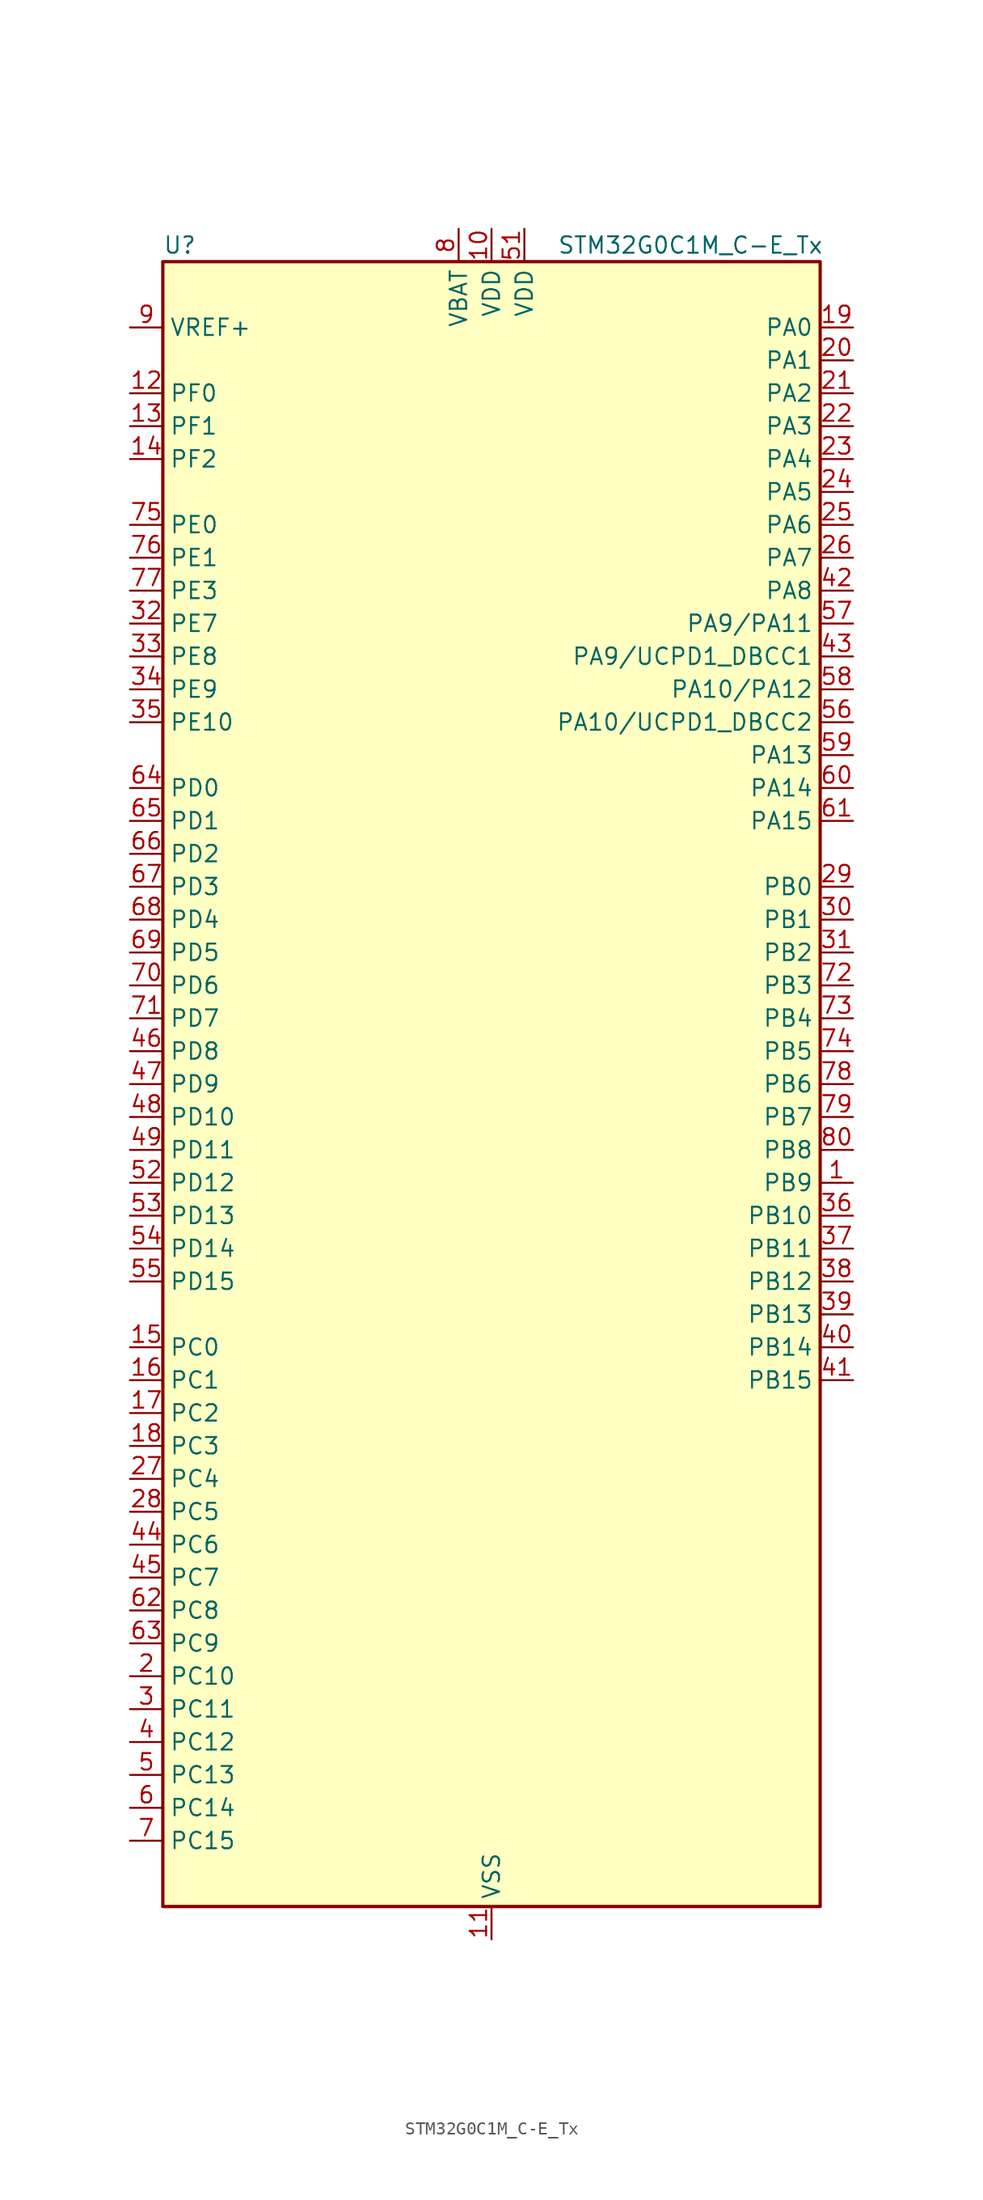
<source format=kicad_sym>
(kicad_symbol_lib
  (version 20241209)
  (generator "kicad_symbol_editor")
  (generator_version "9.0")
  (symbol "STM32G0C1M_C-E_Tx"
    (property "Reference" "U"
      (at -25.4 64.77 0)
      (effects (font (size 1.27 1.27)) (justify left)))
    (property "Value" "STM32G0C1M_C-E_Tx"
      (at 5.08 64.77 0)
      (effects (font (size 1.27 1.27)) (justify left)))
    (symbol "STM32G0C1M_C-E_Tx_0_1"
      (rectangle (start -25.4 -63.5) (end 25.4 63.5) (stroke (width 0.254) (type default)) (fill (type background))))
    (symbol "STM32G0C1M_C-E_Tx_1_1"
      (pin input line (at -27.94 58.42 0) (length 2.54) (name "VREF+" (effects (font (size 1.27 1.27)))) (number "9" (effects (font (size 1.27 1.27)))) (alternate "VREFBUF_OUT" bidirectional line))
      (pin bidirectional line (at -27.94 53.34 0) (length 2.54) (name "PF0" (effects (font (size 1.27 1.27)))) (number "12" (effects (font (size 1.27 1.27)))) (alternate "CRS1_SYNC" bidirectional line) (alternate "RCC_OSC_IN" bidirectional line) (alternate "TIM14_CH1" bidirectional line))
      (pin bidirectional line (at -27.94 50.8 0) (length 2.54) (name "PF1" (effects (font (size 1.27 1.27)))) (number "13" (effects (font (size 1.27 1.27)))) (alternate "RCC_OSC_EN" bidirectional line) (alternate "RCC_OSC_OUT" bidirectional line) (alternate "TIM15_CH1N" bidirectional line))
      (pin bidirectional line (at -27.94 48.26 0) (length 2.54) (name "PF2" (effects (font (size 1.27 1.27)))) (number "14" (effects (font (size 1.27 1.27)))) (alternate "LPUART2_DE" bidirectional line) (alternate "LPUART2_RTS" bidirectional line) (alternate "LPUART2_TX" bidirectional line) (alternate "RCC_MCO" bidirectional line))
      (pin bidirectional line (at -27.94 43.18 0) (length 2.54) (name "PE0" (effects (font (size 1.27 1.27)))) (number "75" (effects (font (size 1.27 1.27)))) (alternate "TIM16_CH1" bidirectional line) (alternate "TIM4_ETR" bidirectional line))
      (pin bidirectional line (at -27.94 40.64 0) (length 2.54) (name "PE1" (effects (font (size 1.27 1.27)))) (number "76" (effects (font (size 1.27 1.27)))) (alternate "TIM17_CH1" bidirectional line))
      (pin bidirectional line (at -27.94 38.1 0) (length 2.54) (name "PE3" (effects (font (size 1.27 1.27)))) (number "77" (effects (font (size 1.27 1.27)))) (alternate "TIM3_CH1" bidirectional line))
      (pin bidirectional line (at -27.94 35.56 0) (length 2.54) (name "PE7" (effects (font (size 1.27 1.27)))) (number "32" (effects (font (size 1.27 1.27)))) (alternate "COMP3_INP" bidirectional line) (alternate "TIM1_ETR" bidirectional line) (alternate "USART5_CK" bidirectional line) (alternate "USART5_DE" bidirectional line) (alternate "USART5_RTS" bidirectional line))
      (pin bidirectional line (at -27.94 33.02 0) (length 2.54) (name "PE8" (effects (font (size 1.27 1.27)))) (number "33" (effects (font (size 1.27 1.27)))) (alternate "COMP3_INM" bidirectional line) (alternate "TIM1_CH1N" bidirectional line) (alternate "USART4_TX" bidirectional line))
      (pin bidirectional line (at -27.94 30.48 0) (length 2.54) (name "PE9" (effects (font (size 1.27 1.27)))) (number "34" (effects (font (size 1.27 1.27)))) (alternate "DAC1_EXTI9" bidirectional line) (alternate "TIM1_CH1" bidirectional line) (alternate "USART4_RX" bidirectional line))
      (pin bidirectional line (at -27.94 27.94 0) (length 2.54) (name "PE10" (effects (font (size 1.27 1.27)))) (number "35" (effects (font (size 1.27 1.27)))) (alternate "TIM1_CH2N" bidirectional line) (alternate "USART5_TX" bidirectional line))
      (pin bidirectional line (at -27.94 22.86 0) (length 2.54) (name "PD0" (effects (font (size 1.27 1.27)))) (number "64" (effects (font (size 1.27 1.27)))) (alternate "FDCAN1_RX" bidirectional line) (alternate "I2S2_WS" bidirectional line) (alternate "SPI2_NSS" bidirectional line) (alternate "TIM16_CH1" bidirectional line) (alternate "UCPD2_CC1" bidirectional line))
      (pin bidirectional line (at -27.94 20.32 0) (length 2.54) (name "PD1" (effects (font (size 1.27 1.27)))) (number "65" (effects (font (size 1.27 1.27)))) (alternate "FDCAN1_TX" bidirectional line) (alternate "I2S2_CK" bidirectional line) (alternate "SPI2_SCK" bidirectional line) (alternate "TIM17_CH1" bidirectional line) (alternate "UCPD2_DBCC1" bidirectional line))
      (pin bidirectional line (at -27.94 17.78 0) (length 2.54) (name "PD2" (effects (font (size 1.27 1.27)))) (number "66" (effects (font (size 1.27 1.27)))) (alternate "TIM1_CH1N" bidirectional line) (alternate "TIM3_ETR" bidirectional line) (alternate "UCPD2_CC2" bidirectional line) (alternate "USART3_CK" bidirectional line) (alternate "USART3_DE" bidirectional line) (alternate "USART3_RTS" bidirectional line) (alternate "USART5_RX" bidirectional line))
      (pin bidirectional line (at -27.94 15.24 0) (length 2.54) (name "PD3" (effects (font (size 1.27 1.27)))) (number "67" (effects (font (size 1.27 1.27)))) (alternate "I2S2_MCK" bidirectional line) (alternate "SPI2_MISO" bidirectional line) (alternate "TIM1_CH2N" bidirectional line) (alternate "UCPD2_DBCC2" bidirectional line) (alternate "USART2_CTS" bidirectional line) (alternate "USART2_NSS" bidirectional line) (alternate "USART5_TX" bidirectional line))
      (pin bidirectional line (at -27.94 12.7 0) (length 2.54) (name "PD4" (effects (font (size 1.27 1.27)))) (number "68" (effects (font (size 1.27 1.27)))) (alternate "I2S2_SD" bidirectional line) (alternate "SPI2_MOSI" bidirectional line) (alternate "TIM1_CH3N" bidirectional line) (alternate "USART2_CK" bidirectional line) (alternate "USART2_DE" bidirectional line) (alternate "USART2_RTS" bidirectional line) (alternate "USART5_CK" bidirectional line) (alternate "USART5_DE" bidirectional line) (alternate "USART5_RTS" bidirectional line))
      (pin bidirectional line (at -27.94 10.16 0) (length 2.54) (name "PD5" (effects (font (size 1.27 1.27)))) (number "69" (effects (font (size 1.27 1.27)))) (alternate "I2S1_MCK" bidirectional line) (alternate "SPI1_MISO" bidirectional line) (alternate "TIM1_BK" bidirectional line) (alternate "USART2_TX" bidirectional line) (alternate "USART5_CTS" bidirectional line) (alternate "USART5_NSS" bidirectional line))
      (pin bidirectional line (at -27.94 7.62 0) (length 2.54) (name "PD6" (effects (font (size 1.27 1.27)))) (number "70" (effects (font (size 1.27 1.27)))) (alternate "I2S1_SD" bidirectional line) (alternate "LPTIM2_OUT" bidirectional line) (alternate "SPI1_MOSI" bidirectional line) (alternate "USART2_RX" bidirectional line))
      (pin bidirectional line (at -27.94 5.08 0) (length 2.54) (name "PD7" (effects (font (size 1.27 1.27)))) (number "71" (effects (font (size 1.27 1.27)))) (alternate "RCC_MCO_2" bidirectional line))
      (pin bidirectional line (at -27.94 2.54 0) (length 2.54) (name "PD8" (effects (font (size 1.27 1.27)))) (number "46" (effects (font (size 1.27 1.27)))) (alternate "I2S1_CK" bidirectional line) (alternate "LPTIM1_OUT" bidirectional line) (alternate "SPI1_SCK" bidirectional line) (alternate "USART3_TX" bidirectional line))
      (pin bidirectional line (at -27.94 0 0) (length 2.54) (name "PD9" (effects (font (size 1.27 1.27)))) (number "47" (effects (font (size 1.27 1.27)))) (alternate "DAC1_EXTI9" bidirectional line) (alternate "I2S1_WS" bidirectional line) (alternate "SPI1_NSS" bidirectional line) (alternate "TIM1_BK2" bidirectional line) (alternate "USART3_RX" bidirectional line))
      (pin bidirectional line (at -27.94 -2.54 0) (length 2.54) (name "PD10" (effects (font (size 1.27 1.27)))) (number "48" (effects (font (size 1.27 1.27)))) (alternate "RCC_MCO" bidirectional line))
      (pin bidirectional line (at -27.94 -5.08 0) (length 2.54) (name "PD11" (effects (font (size 1.27 1.27)))) (number "49" (effects (font (size 1.27 1.27)))) (alternate "ADC1_EXTI11" bidirectional line) (alternate "LPTIM2_ETR" bidirectional line) (alternate "USART3_CTS" bidirectional line) (alternate "USART3_NSS" bidirectional line))
      (pin bidirectional line (at -27.94 -7.62 0) (length 2.54) (name "PD12" (effects (font (size 1.27 1.27)))) (number "52" (effects (font (size 1.27 1.27)))) (alternate "FDCAN1_RX" bidirectional line) (alternate "LPTIM2_IN1" bidirectional line) (alternate "TIM4_CH1" bidirectional line) (alternate "USART3_CK" bidirectional line) (alternate "USART3_DE" bidirectional line) (alternate "USART3_RTS" bidirectional line))
      (pin bidirectional line (at -27.94 -10.16 0) (length 2.54) (name "PD13" (effects (font (size 1.27 1.27)))) (number "53" (effects (font (size 1.27 1.27)))) (alternate "FDCAN1_TX" bidirectional line) (alternate "LPTIM2_OUT" bidirectional line) (alternate "TIM4_CH2" bidirectional line))
      (pin bidirectional line (at -27.94 -12.7 0) (length 2.54) (name "PD14" (effects (font (size 1.27 1.27)))) (number "54" (effects (font (size 1.27 1.27)))) (alternate "FDCAN2_RX" bidirectional line) (alternate "LPUART2_CTS" bidirectional line) (alternate "TIM4_CH3" bidirectional line))
      (pin bidirectional line (at -27.94 -15.24 0) (length 2.54) (name "PD15" (effects (font (size 1.27 1.27)))) (number "55" (effects (font (size 1.27 1.27)))) (alternate "CRS1_SYNC" bidirectional line) (alternate "FDCAN2_TX" bidirectional line) (alternate "LPUART2_DE" bidirectional line) (alternate "LPUART2_RTS" bidirectional line) (alternate "TIM4_CH4" bidirectional line))
      (pin bidirectional line (at -27.94 -20.32 0) (length 2.54) (name "PC0" (effects (font (size 1.27 1.27)))) (number "15" (effects (font (size 1.27 1.27)))) (alternate "COMP3_INM" bidirectional line) (alternate "COMP3_OUT" bidirectional line) (alternate "I2C3_SCL" bidirectional line) (alternate "LPTIM1_IN1" bidirectional line) (alternate "LPTIM2_IN1" bidirectional line) (alternate "LPUART1_RX" bidirectional line) (alternate "LPUART2_TX" bidirectional line) (alternate "USART6_TX" bidirectional line))
      (pin bidirectional line (at -27.94 -22.86 0) (length 2.54) (name "PC1" (effects (font (size 1.27 1.27)))) (number "16" (effects (font (size 1.27 1.27)))) (alternate "COMP3_INP" bidirectional line) (alternate "I2C3_SDA" bidirectional line) (alternate "LPTIM1_OUT" bidirectional line) (alternate "LPUART1_TX" bidirectional line) (alternate "LPUART2_RX" bidirectional line) (alternate "TIM15_CH1" bidirectional line) (alternate "USART6_RX" bidirectional line))
      (pin bidirectional line (at -27.94 -25.4 0) (length 2.54) (name "PC2" (effects (font (size 1.27 1.27)))) (number "17" (effects (font (size 1.27 1.27)))) (alternate "COMP3_OUT" bidirectional line) (alternate "FDCAN2_RX" bidirectional line) (alternate "I2S2_MCK" bidirectional line) (alternate "LPTIM1_IN2" bidirectional line) (alternate "SPI2_MISO" bidirectional line) (alternate "TIM15_CH2" bidirectional line))
      (pin bidirectional line (at -27.94 -27.94 0) (length 2.54) (name "PC3" (effects (font (size 1.27 1.27)))) (number "18" (effects (font (size 1.27 1.27)))) (alternate "FDCAN2_TX" bidirectional line) (alternate "I2S2_SD" bidirectional line) (alternate "LPTIM1_ETR" bidirectional line) (alternate "LPTIM2_ETR" bidirectional line) (alternate "SPI2_MOSI" bidirectional line))
      (pin bidirectional line (at -27.94 -30.48 0) (length 2.54) (name "PC4" (effects (font (size 1.27 1.27)))) (number "27" (effects (font (size 1.27 1.27)))) (alternate "ADC1_IN17" bidirectional line) (alternate "COMP1_INM" bidirectional line) (alternate "FDCAN1_RX" bidirectional line) (alternate "TIM2_CH1" bidirectional line) (alternate "TIM2_ETR" bidirectional line) (alternate "USART1_TX" bidirectional line) (alternate "USART3_TX" bidirectional line))
      (pin bidirectional line (at -27.94 -33.02 0) (length 2.54) (name "PC5" (effects (font (size 1.27 1.27)))) (number "28" (effects (font (size 1.27 1.27)))) (alternate "ADC1_IN18" bidirectional line) (alternate "COMP1_INP" bidirectional line) (alternate "FDCAN1_TX" bidirectional line) (alternate "SYS_WKUP5" bidirectional line) (alternate "TIM2_CH2" bidirectional line) (alternate "USART1_RX" bidirectional line) (alternate "USART3_RX" bidirectional line))
      (pin bidirectional line (at -27.94 -35.56 0) (length 2.54) (name "PC6" (effects (font (size 1.27 1.27)))) (number "44" (effects (font (size 1.27 1.27)))) (alternate "LPUART2_TX" bidirectional line) (alternate "TIM2_CH3" bidirectional line) (alternate "TIM3_CH1" bidirectional line) (alternate "UCPD1_FRSTX1" bidirectional line) (alternate "UCPD1_FRSTX2" bidirectional line))
      (pin bidirectional line (at -27.94 -38.1 0) (length 2.54) (name "PC7" (effects (font (size 1.27 1.27)))) (number "45" (effects (font (size 1.27 1.27)))) (alternate "LPUART2_RX" bidirectional line) (alternate "TIM2_CH4" bidirectional line) (alternate "TIM3_CH2" bidirectional line) (alternate "UCPD2_FRSTX1" bidirectional line) (alternate "UCPD2_FRSTX2" bidirectional line))
      (pin bidirectional line (at -27.94 -40.64 0) (length 2.54) (name "PC8" (effects (font (size 1.27 1.27)))) (number "62" (effects (font (size 1.27 1.27)))) (alternate "LPUART2_CTS" bidirectional line) (alternate "TIM1_CH1" bidirectional line) (alternate "TIM3_CH3" bidirectional line) (alternate "UCPD2_FRSTX1" bidirectional line) (alternate "UCPD2_FRSTX2" bidirectional line))
      (pin bidirectional line (at -27.94 -43.18 0) (length 2.54) (name "PC9" (effects (font (size 1.27 1.27)))) (number "63" (effects (font (size 1.27 1.27)))) (alternate "DAC1_EXTI9" bidirectional line) (alternate "I2S_CKIN" bidirectional line) (alternate "LPUART2_DE" bidirectional line) (alternate "LPUART2_RTS" bidirectional line) (alternate "TIM1_CH2" bidirectional line) (alternate "TIM3_CH4" bidirectional line) (alternate "USB_NOE" bidirectional line))
      (pin bidirectional line (at -27.94 -45.72 0) (length 2.54) (name "PC10" (effects (font (size 1.27 1.27)))) (number "2" (effects (font (size 1.27 1.27)))) (alternate "SPI3_SCK" bidirectional line) (alternate "TIM1_CH3" bidirectional line) (alternate "USART3_TX" bidirectional line) (alternate "USART4_TX" bidirectional line))
      (pin bidirectional line (at -27.94 -48.26 0) (length 2.54) (name "PC11" (effects (font (size 1.27 1.27)))) (number "3" (effects (font (size 1.27 1.27)))) (alternate "ADC1_EXTI11" bidirectional line) (alternate "SPI3_MISO" bidirectional line) (alternate "TIM1_CH4" bidirectional line) (alternate "USART3_RX" bidirectional line) (alternate "USART4_RX" bidirectional line))
      (pin bidirectional line (at -27.94 -50.8 0) (length 2.54) (name "PC12" (effects (font (size 1.27 1.27)))) (number "4" (effects (font (size 1.27 1.27)))) (alternate "LPTIM1_IN1" bidirectional line) (alternate "SPI3_MOSI" bidirectional line) (alternate "TIM14_CH1" bidirectional line) (alternate "UCPD1_FRSTX1" bidirectional line) (alternate "UCPD1_FRSTX2" bidirectional line) (alternate "USART5_TX" bidirectional line))
      (pin bidirectional line (at -27.94 -53.34 0) (length 2.54) (name "PC13" (effects (font (size 1.27 1.27)))) (number "5" (effects (font (size 1.27 1.27)))) (alternate "RTC_OUT1" bidirectional line) (alternate "RTC_TAMP_IN1" bidirectional line) (alternate "RTC_TS" bidirectional line) (alternate "SYS_WKUP2" bidirectional line) (alternate "TIM1_BK" bidirectional line))
      (pin bidirectional line (at -27.94 -55.88 0) (length 2.54) (name "PC14" (effects (font (size 1.27 1.27)))) (number "6" (effects (font (size 1.27 1.27)))) (alternate "RCC_OSC32_IN" bidirectional line) (alternate "TIM1_BK2" bidirectional line))
      (pin bidirectional line (at -27.94 -58.42 0) (length 2.54) (name "PC15" (effects (font (size 1.27 1.27)))) (number "7" (effects (font (size 1.27 1.27)))) (alternate "RCC_OSC32_EN" bidirectional line) (alternate "RCC_OSC32_OUT" bidirectional line) (alternate "RCC_OSC_EN" bidirectional line) (alternate "TIM15_BK" bidirectional line))
      (pin power_in line (at -2.54 66.04 270) (length 2.54) (name "VBAT" (effects (font (size 1.27 1.27)))) (number "8" (effects (font (size 1.27 1.27)))))
      (pin power_in line (at 0 66.04 270) (length 2.54) (name "VDD" (effects (font (size 1.27 1.27)))) (number "10" (effects (font (size 1.27 1.27)))))
      (pin power_in line (at 0 -66.04 90) (length 2.54) (name "VSS" (effects (font (size 1.27 1.27)))) (number "11" (effects (font (size 1.27 1.27)))))
      (pin passive line (at 0 -66.04 90) (length 2.54) (hide yes) (name "VSS" (effects (font (size 1.27 1.27)))) (number "50" (effects (font (size 1.27 1.27)))))
      (pin power_in line (at 2.54 66.04 270) (length 2.54) (name "VDD" (effects (font (size 1.27 1.27)))) (number "51" (effects (font (size 1.27 1.27)))))
      (pin bidirectional line (at 27.94 58.42 180) (length 2.54) (name "PA0" (effects (font (size 1.27 1.27)))) (number "19" (effects (font (size 1.27 1.27)))) (alternate "ADC1_IN0" bidirectional line) (alternate "COMP1_INM" bidirectional line) (alternate "COMP1_OUT" bidirectional line) (alternate "I2S2_CK" bidirectional line) (alternate "LPTIM1_OUT" bidirectional line) (alternate "RTC_TAMP_IN2" bidirectional line) (alternate "SPI2_SCK" bidirectional line) (alternate "SYS_WKUP1" bidirectional line) (alternate "TIM2_CH1" bidirectional line) (alternate "TIM2_ETR" bidirectional line) (alternate "UCPD2_FRSTX1" bidirectional line) (alternate "UCPD2_FRSTX2" bidirectional line) (alternate "USART2_CTS" bidirectional line) (alternate "USART2_NSS" bidirectional line) (alternate "USART4_TX" bidirectional line))
      (pin bidirectional line (at 27.94 55.88 180) (length 2.54) (name "PA1" (effects (font (size 1.27 1.27)))) (number "20" (effects (font (size 1.27 1.27)))) (alternate "ADC1_IN1" bidirectional line) (alternate "COMP1_INP" bidirectional line) (alternate "I2C1_SMBA" bidirectional line) (alternate "I2S1_CK" bidirectional line) (alternate "SPI1_SCK" bidirectional line) (alternate "TIM15_CH1N" bidirectional line) (alternate "TIM2_CH2" bidirectional line) (alternate "USART2_CK" bidirectional line) (alternate "USART2_DE" bidirectional line) (alternate "USART2_RTS" bidirectional line) (alternate "USART4_RX" bidirectional line))
      (pin bidirectional line (at 27.94 53.34 180) (length 2.54) (name "PA2" (effects (font (size 1.27 1.27)))) (number "21" (effects (font (size 1.27 1.27)))) (alternate "ADC1_IN2" bidirectional line) (alternate "COMP2_INM" bidirectional line) (alternate "COMP2_OUT" bidirectional line) (alternate "I2S1_SD" bidirectional line) (alternate "LPUART1_TX" bidirectional line) (alternate "RCC_LSCO" bidirectional line) (alternate "SPI1_MOSI" bidirectional line) (alternate "SYS_WKUP4" bidirectional line) (alternate "TIM15_CH1" bidirectional line) (alternate "TIM2_CH3" bidirectional line) (alternate "UCPD1_FRSTX1" bidirectional line) (alternate "UCPD1_FRSTX2" bidirectional line) (alternate "USART2_TX" bidirectional line))
      (pin bidirectional line (at 27.94 50.8 180) (length 2.54) (name "PA3" (effects (font (size 1.27 1.27)))) (number "22" (effects (font (size 1.27 1.27)))) (alternate "ADC1_IN3" bidirectional line) (alternate "COMP2_INP" bidirectional line) (alternate "I2S2_MCK" bidirectional line) (alternate "LPUART1_RX" bidirectional line) (alternate "SPI2_MISO" bidirectional line) (alternate "TIM15_CH2" bidirectional line) (alternate "TIM2_CH4" bidirectional line) (alternate "UCPD2_FRSTX1" bidirectional line) (alternate "UCPD2_FRSTX2" bidirectional line) (alternate "USART2_RX" bidirectional line))
      (pin bidirectional line (at 27.94 48.26 180) (length 2.54) (name "PA4" (effects (font (size 1.27 1.27)))) (number "23" (effects (font (size 1.27 1.27)))) (alternate "ADC1_IN4" bidirectional line) (alternate "DAC1_OUT1" bidirectional line) (alternate "I2S1_WS" bidirectional line) (alternate "I2S2_SD" bidirectional line) (alternate "LPTIM2_OUT" bidirectional line) (alternate "RTC_OUT2" bidirectional line) (alternate "SPI1_NSS" bidirectional line) (alternate "SPI2_MOSI" bidirectional line) (alternate "SPI3_NSS" bidirectional line) (alternate "TIM14_CH1" bidirectional line) (alternate "UCPD2_FRSTX1" bidirectional line) (alternate "UCPD2_FRSTX2" bidirectional line) (alternate "USART6_TX" bidirectional line) (alternate "USB_NOE" bidirectional line))
      (pin bidirectional line (at 27.94 45.72 180) (length 2.54) (name "PA5" (effects (font (size 1.27 1.27)))) (number "24" (effects (font (size 1.27 1.27)))) (alternate "ADC1_IN5" bidirectional line) (alternate "CEC" bidirectional line) (alternate "DAC1_OUT2" bidirectional line) (alternate "I2S1_CK" bidirectional line) (alternate "LPTIM2_ETR" bidirectional line) (alternate "SPI1_SCK" bidirectional line) (alternate "TIM2_CH1" bidirectional line) (alternate "TIM2_ETR" bidirectional line) (alternate "UCPD1_FRSTX1" bidirectional line) (alternate "UCPD1_FRSTX2" bidirectional line) (alternate "USART3_TX" bidirectional line) (alternate "USART6_RX" bidirectional line))
      (pin bidirectional line (at 27.94 43.18 180) (length 2.54) (name "PA6" (effects (font (size 1.27 1.27)))) (number "25" (effects (font (size 1.27 1.27)))) (alternate "ADC1_IN6" bidirectional line) (alternate "COMP1_OUT" bidirectional line) (alternate "I2C2_SDA" bidirectional line) (alternate "I2C3_SDA" bidirectional line) (alternate "I2S1_MCK" bidirectional line) (alternate "LPUART1_CTS" bidirectional line) (alternate "SPI1_MISO" bidirectional line) (alternate "TIM16_CH1" bidirectional line) (alternate "TIM1_BK" bidirectional line) (alternate "TIM3_CH1" bidirectional line) (alternate "USART3_CTS" bidirectional line) (alternate "USART3_NSS" bidirectional line) (alternate "USART6_CTS" bidirectional line) (alternate "USART6_NSS" bidirectional line))
      (pin bidirectional line (at 27.94 40.64 180) (length 2.54) (name "PA7" (effects (font (size 1.27 1.27)))) (number "26" (effects (font (size 1.27 1.27)))) (alternate "ADC1_IN7" bidirectional line) (alternate "COMP2_OUT" bidirectional line) (alternate "I2C2_SCL" bidirectional line) (alternate "I2C3_SCL" bidirectional line) (alternate "I2S1_SD" bidirectional line) (alternate "SPI1_MOSI" bidirectional line) (alternate "TIM14_CH1" bidirectional line) (alternate "TIM17_CH1" bidirectional line) (alternate "TIM1_CH1N" bidirectional line) (alternate "TIM3_CH2" bidirectional line) (alternate "UCPD1_FRSTX1" bidirectional line) (alternate "UCPD1_FRSTX2" bidirectional line) (alternate "USART6_CK" bidirectional line) (alternate "USART6_DE" bidirectional line) (alternate "USART6_RTS" bidirectional line))
      (pin bidirectional line (at 27.94 38.1 180) (length 2.54) (name "PA8" (effects (font (size 1.27 1.27)))) (number "42" (effects (font (size 1.27 1.27)))) (alternate "CRS1_SYNC" bidirectional line) (alternate "I2C2_SMBA" bidirectional line) (alternate "I2S2_WS" bidirectional line) (alternate "LPTIM2_OUT" bidirectional line) (alternate "RCC_MCO" bidirectional line) (alternate "SPI2_NSS" bidirectional line) (alternate "TIM1_CH1" bidirectional line) (alternate "UCPD1_CC1" bidirectional line))
      (pin bidirectional line (at 27.94 35.56 180) (length 2.54) (name "PA9/PA11" (effects (font (size 1.27 1.27)))) (number "57" (effects (font (size 1.27 1.27)))) (alternate "ADC1_EXTI11 (PA11)" bidirectional line) (alternate "COMP1_OUT (PA11)" bidirectional line) (alternate "DAC1_EXTI9 (PA9)" bidirectional line) (alternate "FDCAN1_RX (PA11)" bidirectional line) (alternate "I2C1_SCL (PA9)" bidirectional line) (alternate "I2C2_SCL (PA11)" bidirectional line) (alternate "I2C2_SCL (PA9)" bidirectional line) (alternate "I2S1_MCK (PA11)" bidirectional line) (alternate "I2S2_MCK (PA9)" bidirectional line) (alternate "PA11" bidirectional line) (alternate "PA9" bidirectional line) (alternate "RCC_MCO (PA9)" bidirectional line) (alternate "SPI1_MISO (PA11)" bidirectional line) (alternate "SPI2_MISO (PA9)" bidirectional line) (alternate "TIM15_BK (PA9)" bidirectional line) (alternate "TIM1_BK2 (PA11)" bidirectional line) (alternate "TIM1_CH2 (PA9)" bidirectional line) (alternate "TIM1_CH4 (PA11)" bidirectional line) (alternate "UCPD1_DBCC1 (PA9)" bidirectional line) (alternate "USART1_CTS (PA11)" bidirectional line) (alternate "USART1_NSS (PA11)" bidirectional line) (alternate "USART1_TX (PA9)" bidirectional line) (alternate "USB_DM (PA11)" bidirectional line))
      (pin bidirectional line (at 27.94 33.02 180) (length 2.54) (name "PA9/UCPD1_DBCC1" (effects (font (size 1.27 1.27)))) (number "43" (effects (font (size 1.27 1.27)))) (alternate "DAC1_EXTI9 (PA9)" bidirectional line) (alternate "I2C1_SCL (PA9)" bidirectional line) (alternate "I2C2_SCL (PA9)" bidirectional line) (alternate "I2S2_MCK (PA9)" bidirectional line) (alternate "PA9" bidirectional line) (alternate "RCC_MCO (PA9)" bidirectional line) (alternate "SPI2_MISO (PA9)" bidirectional line) (alternate "TIM15_BK (PA9)" bidirectional line) (alternate "TIM1_CH2 (PA9)" bidirectional line) (alternate "UCPD1_DBCC1" bidirectional line) (alternate "UCPD1_DBCC1 (PA9)" bidirectional line) (alternate "UCPD1_DBCC1 (UCPD1_DBCC1)" bidirectional line) (alternate "USART1_TX (PA9)" bidirectional line))
      (pin bidirectional line (at 27.94 30.48 180) (length 2.54) (name "PA10/PA12" (effects (font (size 1.27 1.27)))) (number "58" (effects (font (size 1.27 1.27)))) (alternate "COMP2_OUT (PA12)" bidirectional line) (alternate "FDCAN1_TX (PA12)" bidirectional line) (alternate "I2C1_SDA (PA10)" bidirectional line) (alternate "I2C2_SDA (PA10)" bidirectional line) (alternate "I2C2_SDA (PA12)" bidirectional line) (alternate "I2S1_SD (PA12)" bidirectional line) (alternate "I2S2_SD (PA10)" bidirectional line) (alternate "I2S_CKIN (PA12)" bidirectional line) (alternate "PA10" bidirectional line) (alternate "PA12" bidirectional line) (alternate "RCC_MCO_2 (PA10)" bidirectional line) (alternate "SPI1_MOSI (PA12)" bidirectional line) (alternate "SPI2_MOSI (PA10)" bidirectional line) (alternate "TIM17_BK (PA10)" bidirectional line) (alternate "TIM1_CH3 (PA10)" bidirectional line) (alternate "TIM1_ETR (PA12)" bidirectional line) (alternate "UCPD1_DBCC2 (PA10)" bidirectional line) (alternate "USART1_CK (PA12)" bidirectional line) (alternate "USART1_DE (PA12)" bidirectional line) (alternate "USART1_RTS (PA12)" bidirectional line) (alternate "USART1_RX (PA10)" bidirectional line) (alternate "USB_DP (PA12)" bidirectional line))
      (pin bidirectional line (at 27.94 27.94 180) (length 2.54) (name "PA10/UCPD1_DBCC2" (effects (font (size 1.27 1.27)))) (number "56" (effects (font (size 1.27 1.27)))) (alternate "I2C1_SDA (PA10)" bidirectional line) (alternate "I2C2_SDA (PA10)" bidirectional line) (alternate "I2S2_SD (PA10)" bidirectional line) (alternate "PA10" bidirectional line) (alternate "RCC_MCO_2 (PA10)" bidirectional line) (alternate "SPI2_MOSI (PA10)" bidirectional line) (alternate "TIM17_BK (PA10)" bidirectional line) (alternate "TIM1_CH3 (PA10)" bidirectional line) (alternate "UCPD1_DBCC2" bidirectional line) (alternate "UCPD1_DBCC2 (PA10)" bidirectional line) (alternate "UCPD1_DBCC2 (UCPD1_DBCC2)" bidirectional line) (alternate "USART1_RX (PA10)" bidirectional line))
      (pin bidirectional line (at 27.94 25.4 180) (length 2.54) (name "PA13" (effects (font (size 1.27 1.27)))) (number "59" (effects (font (size 1.27 1.27)))) (alternate "IR_OUT" bidirectional line) (alternate "LPUART2_RX" bidirectional line) (alternate "SYS_SWDIO" bidirectional line) (alternate "USB_NOE" bidirectional line))
      (pin bidirectional line (at 27.94 22.86 180) (length 2.54) (name "PA14" (effects (font (size 1.27 1.27)))) (number "60" (effects (font (size 1.27 1.27)))) (alternate "LPUART2_TX" bidirectional line) (alternate "SYS_SWCLK" bidirectional line) (alternate "USART2_TX" bidirectional line))
      (pin bidirectional line (at 27.94 20.32 180) (length 2.54) (name "PA15" (effects (font (size 1.27 1.27)))) (number "61" (effects (font (size 1.27 1.27)))) (alternate "I2C2_SMBA" bidirectional line) (alternate "I2S1_WS" bidirectional line) (alternate "RCC_MCO_2" bidirectional line) (alternate "SPI1_NSS" bidirectional line) (alternate "SPI3_NSS" bidirectional line) (alternate "TIM2_CH1" bidirectional line) (alternate "TIM2_ETR" bidirectional line) (alternate "USART2_RX" bidirectional line) (alternate "USART3_CK" bidirectional line) (alternate "USART3_DE" bidirectional line) (alternate "USART3_RTS" bidirectional line) (alternate "USART4_CK" bidirectional line) (alternate "USART4_DE" bidirectional line) (alternate "USART4_RTS" bidirectional line) (alternate "USB_NOE" bidirectional line))
      (pin bidirectional line (at 27.94 15.24 180) (length 2.54) (name "PB0" (effects (font (size 1.27 1.27)))) (number "29" (effects (font (size 1.27 1.27)))) (alternate "ADC1_IN8" bidirectional line) (alternate "COMP1_OUT" bidirectional line) (alternate "COMP3_INP" bidirectional line) (alternate "FDCAN2_RX" bidirectional line) (alternate "I2S1_WS" bidirectional line) (alternate "LPTIM1_OUT" bidirectional line) (alternate "LPUART2_CTS" bidirectional line) (alternate "SPI1_NSS" bidirectional line) (alternate "TIM1_CH2N" bidirectional line) (alternate "TIM3_CH3" bidirectional line) (alternate "UCPD1_FRSTX1" bidirectional line) (alternate "UCPD1_FRSTX2" bidirectional line) (alternate "USART3_RX" bidirectional line) (alternate "USART5_TX" bidirectional line))
      (pin bidirectional line (at 27.94 12.7 180) (length 2.54) (name "PB1" (effects (font (size 1.27 1.27)))) (number "30" (effects (font (size 1.27 1.27)))) (alternate "ADC1_IN9" bidirectional line) (alternate "COMP1_INM" bidirectional line) (alternate "COMP3_OUT" bidirectional line) (alternate "FDCAN2_TX" bidirectional line) (alternate "LPTIM2_IN1" bidirectional line) (alternate "LPUART1_DE" bidirectional line) (alternate "LPUART1_RTS" bidirectional line) (alternate "LPUART2_DE" bidirectional line) (alternate "LPUART2_RTS" bidirectional line) (alternate "TIM14_CH1" bidirectional line) (alternate "TIM1_CH3N" bidirectional line) (alternate "TIM3_CH4" bidirectional line) (alternate "USART3_CK" bidirectional line) (alternate "USART3_DE" bidirectional line) (alternate "USART3_RTS" bidirectional line) (alternate "USART5_RX" bidirectional line))
      (pin bidirectional line (at 27.94 10.16 180) (length 2.54) (name "PB2" (effects (font (size 1.27 1.27)))) (number "31" (effects (font (size 1.27 1.27)))) (alternate "ADC1_IN10" bidirectional line) (alternate "COMP1_INP" bidirectional line) (alternate "COMP3_INM" bidirectional line) (alternate "I2S2_MCK" bidirectional line) (alternate "LPTIM1_OUT" bidirectional line) (alternate "RCC_MCO_2" bidirectional line) (alternate "SPI2_MISO" bidirectional line) (alternate "USART3_TX" bidirectional line))
      (pin bidirectional line (at 27.94 7.62 180) (length 2.54) (name "PB3" (effects (font (size 1.27 1.27)))) (number "72" (effects (font (size 1.27 1.27)))) (alternate "COMP2_INM" bidirectional line) (alternate "I2C2_SCL" bidirectional line) (alternate "I2C3_SCL" bidirectional line) (alternate "I2S1_CK" bidirectional line) (alternate "SPI1_SCK" bidirectional line) (alternate "SPI3_SCK" bidirectional line) (alternate "TIM1_CH2" bidirectional line) (alternate "TIM2_CH2" bidirectional line) (alternate "USART1_CK" bidirectional line) (alternate "USART1_DE" bidirectional line) (alternate "USART1_RTS" bidirectional line) (alternate "USART5_TX" bidirectional line))
      (pin bidirectional line (at 27.94 5.08 180) (length 2.54) (name "PB4" (effects (font (size 1.27 1.27)))) (number "73" (effects (font (size 1.27 1.27)))) (alternate "COMP2_INP" bidirectional line) (alternate "I2C2_SDA" bidirectional line) (alternate "I2C3_SDA" bidirectional line) (alternate "I2S1_MCK" bidirectional line) (alternate "SPI1_MISO" bidirectional line) (alternate "SPI3_MISO" bidirectional line) (alternate "TIM17_BK" bidirectional line) (alternate "TIM3_CH1" bidirectional line) (alternate "USART1_CTS" bidirectional line) (alternate "USART1_NSS" bidirectional line) (alternate "USART5_RX" bidirectional line))
      (pin bidirectional line (at 27.94 2.54 180) (length 2.54) (name "PB5" (effects (font (size 1.27 1.27)))) (number "74" (effects (font (size 1.27 1.27)))) (alternate "COMP2_OUT" bidirectional line) (alternate "FDCAN2_RX" bidirectional line) (alternate "I2C1_SMBA" bidirectional line) (alternate "I2S1_SD" bidirectional line) (alternate "LPTIM1_IN1" bidirectional line) (alternate "SPI1_MOSI" bidirectional line) (alternate "SPI3_MOSI" bidirectional line) (alternate "SYS_WKUP6" bidirectional line) (alternate "TIM16_BK" bidirectional line) (alternate "TIM3_CH2" bidirectional line) (alternate "USART5_CK" bidirectional line) (alternate "USART5_DE" bidirectional line) (alternate "USART5_RTS" bidirectional line))
      (pin bidirectional line (at 27.94 0 180) (length 2.54) (name "PB6" (effects (font (size 1.27 1.27)))) (number "78" (effects (font (size 1.27 1.27)))) (alternate "COMP2_INP" bidirectional line) (alternate "FDCAN2_TX" bidirectional line) (alternate "I2C1_SCL" bidirectional line) (alternate "I2S2_MCK" bidirectional line) (alternate "LPTIM1_ETR" bidirectional line) (alternate "LPUART2_TX" bidirectional line) (alternate "SPI2_MISO" bidirectional line) (alternate "TIM16_CH1N" bidirectional line) (alternate "TIM1_CH3" bidirectional line) (alternate "TIM4_CH1" bidirectional line) (alternate "USART1_TX" bidirectional line) (alternate "USART5_CTS" bidirectional line) (alternate "USART5_NSS" bidirectional line))
      (pin bidirectional line (at 27.94 -2.54 180) (length 2.54) (name "PB7" (effects (font (size 1.27 1.27)))) (number "79" (effects (font (size 1.27 1.27)))) (alternate "COMP2_INM" bidirectional line) (alternate "I2C1_SDA" bidirectional line) (alternate "I2S2_SD" bidirectional line) (alternate "LPTIM1_IN2" bidirectional line) (alternate "LPUART2_RX" bidirectional line) (alternate "SPI2_MOSI" bidirectional line) (alternate "SYS_PVD_IN" bidirectional line) (alternate "TIM17_CH1N" bidirectional line) (alternate "TIM4_CH2" bidirectional line) (alternate "USART1_RX" bidirectional line) (alternate "USART4_CTS" bidirectional line) (alternate "USART4_NSS" bidirectional line))
      (pin bidirectional line (at 27.94 -5.08 180) (length 2.54) (name "PB8" (effects (font (size 1.27 1.27)))) (number "80" (effects (font (size 1.27 1.27)))) (alternate "CEC" bidirectional line) (alternate "FDCAN1_RX" bidirectional line) (alternate "I2C1_SCL" bidirectional line) (alternate "I2S2_CK" bidirectional line) (alternate "SPI2_SCK" bidirectional line) (alternate "TIM15_BK" bidirectional line) (alternate "TIM16_CH1" bidirectional line) (alternate "TIM4_CH3" bidirectional line) (alternate "USART3_TX" bidirectional line) (alternate "USART6_TX" bidirectional line))
      (pin bidirectional line (at 27.94 -7.62 180) (length 2.54) (name "PB9" (effects (font (size 1.27 1.27)))) (number "1" (effects (font (size 1.27 1.27)))) (alternate "DAC1_EXTI9" bidirectional line) (alternate "FDCAN1_TX" bidirectional line) (alternate "I2C1_SDA" bidirectional line) (alternate "I2S2_WS" bidirectional line) (alternate "IR_OUT" bidirectional line) (alternate "SPI2_NSS" bidirectional line) (alternate "TIM17_CH1" bidirectional line) (alternate "TIM4_CH4" bidirectional line) (alternate "UCPD2_FRSTX1" bidirectional line) (alternate "UCPD2_FRSTX2" bidirectional line) (alternate "USART3_RX" bidirectional line) (alternate "USART6_RX" bidirectional line))
      (pin bidirectional line (at 27.94 -10.16 180) (length 2.54) (name "PB10" (effects (font (size 1.27 1.27)))) (number "36" (effects (font (size 1.27 1.27)))) (alternate "ADC1_IN11" bidirectional line) (alternate "CEC" bidirectional line) (alternate "COMP1_OUT" bidirectional line) (alternate "I2C2_SCL" bidirectional line) (alternate "I2S2_CK" bidirectional line) (alternate "LPUART1_RX" bidirectional line) (alternate "SPI2_SCK" bidirectional line) (alternate "TIM2_CH3" bidirectional line) (alternate "USART3_TX" bidirectional line))
      (pin bidirectional line (at 27.94 -12.7 180) (length 2.54) (name "PB11" (effects (font (size 1.27 1.27)))) (number "37" (effects (font (size 1.27 1.27)))) (alternate "ADC1_EXTI11" bidirectional line) (alternate "ADC1_IN15" bidirectional line) (alternate "COMP2_OUT" bidirectional line) (alternate "I2C2_SDA" bidirectional line) (alternate "I2S2_SD" bidirectional line) (alternate "LPUART1_TX" bidirectional line) (alternate "SPI2_MOSI" bidirectional line) (alternate "TIM2_CH4" bidirectional line) (alternate "USART3_RX" bidirectional line))
      (pin bidirectional line (at 27.94 -15.24 180) (length 2.54) (name "PB12" (effects (font (size 1.27 1.27)))) (number "38" (effects (font (size 1.27 1.27)))) (alternate "ADC1_IN16" bidirectional line) (alternate "FDCAN2_RX" bidirectional line) (alternate "I2C2_SMBA" bidirectional line) (alternate "I2S2_WS" bidirectional line) (alternate "LPUART1_DE" bidirectional line) (alternate "LPUART1_RTS" bidirectional line) (alternate "SPI2_NSS" bidirectional line) (alternate "TIM15_BK" bidirectional line) (alternate "TIM1_BK" bidirectional line) (alternate "UCPD2_FRSTX1" bidirectional line) (alternate "UCPD2_FRSTX2" bidirectional line))
      (pin bidirectional line (at 27.94 -17.78 180) (length 2.54) (name "PB13" (effects (font (size 1.27 1.27)))) (number "39" (effects (font (size 1.27 1.27)))) (alternate "FDCAN2_TX" bidirectional line) (alternate "I2C2_SCL" bidirectional line) (alternate "I2S2_CK" bidirectional line) (alternate "LPUART1_CTS" bidirectional line) (alternate "SPI2_SCK" bidirectional line) (alternate "TIM15_CH1N" bidirectional line) (alternate "TIM1_CH1N" bidirectional line) (alternate "USART3_CTS" bidirectional line) (alternate "USART3_NSS" bidirectional line))
      (pin bidirectional line (at 27.94 -20.32 180) (length 2.54) (name "PB14" (effects (font (size 1.27 1.27)))) (number "40" (effects (font (size 1.27 1.27)))) (alternate "I2C2_SDA" bidirectional line) (alternate "I2S2_MCK" bidirectional line) (alternate "SPI2_MISO" bidirectional line) (alternate "TIM15_CH1" bidirectional line) (alternate "TIM1_CH2N" bidirectional line) (alternate "UCPD1_FRSTX1" bidirectional line) (alternate "UCPD1_FRSTX2" bidirectional line) (alternate "USART3_CK" bidirectional line) (alternate "USART3_DE" bidirectional line) (alternate "USART3_RTS" bidirectional line) (alternate "USART6_CK" bidirectional line) (alternate "USART6_DE" bidirectional line) (alternate "USART6_RTS" bidirectional line))
      (pin bidirectional line (at 27.94 -22.86 180) (length 2.54) (name "PB15" (effects (font (size 1.27 1.27)))) (number "41" (effects (font (size 1.27 1.27)))) (alternate "I2S2_SD" bidirectional line) (alternate "RTC_REFIN" bidirectional line) (alternate "SPI2_MOSI" bidirectional line) (alternate "TIM15_CH1N" bidirectional line) (alternate "TIM15_CH2" bidirectional line) (alternate "TIM1_CH3N" bidirectional line) (alternate "UCPD1_CC2" bidirectional line) (alternate "USART6_CTS" bidirectional line) (alternate "USART6_NSS" bidirectional line)))))
</source>
